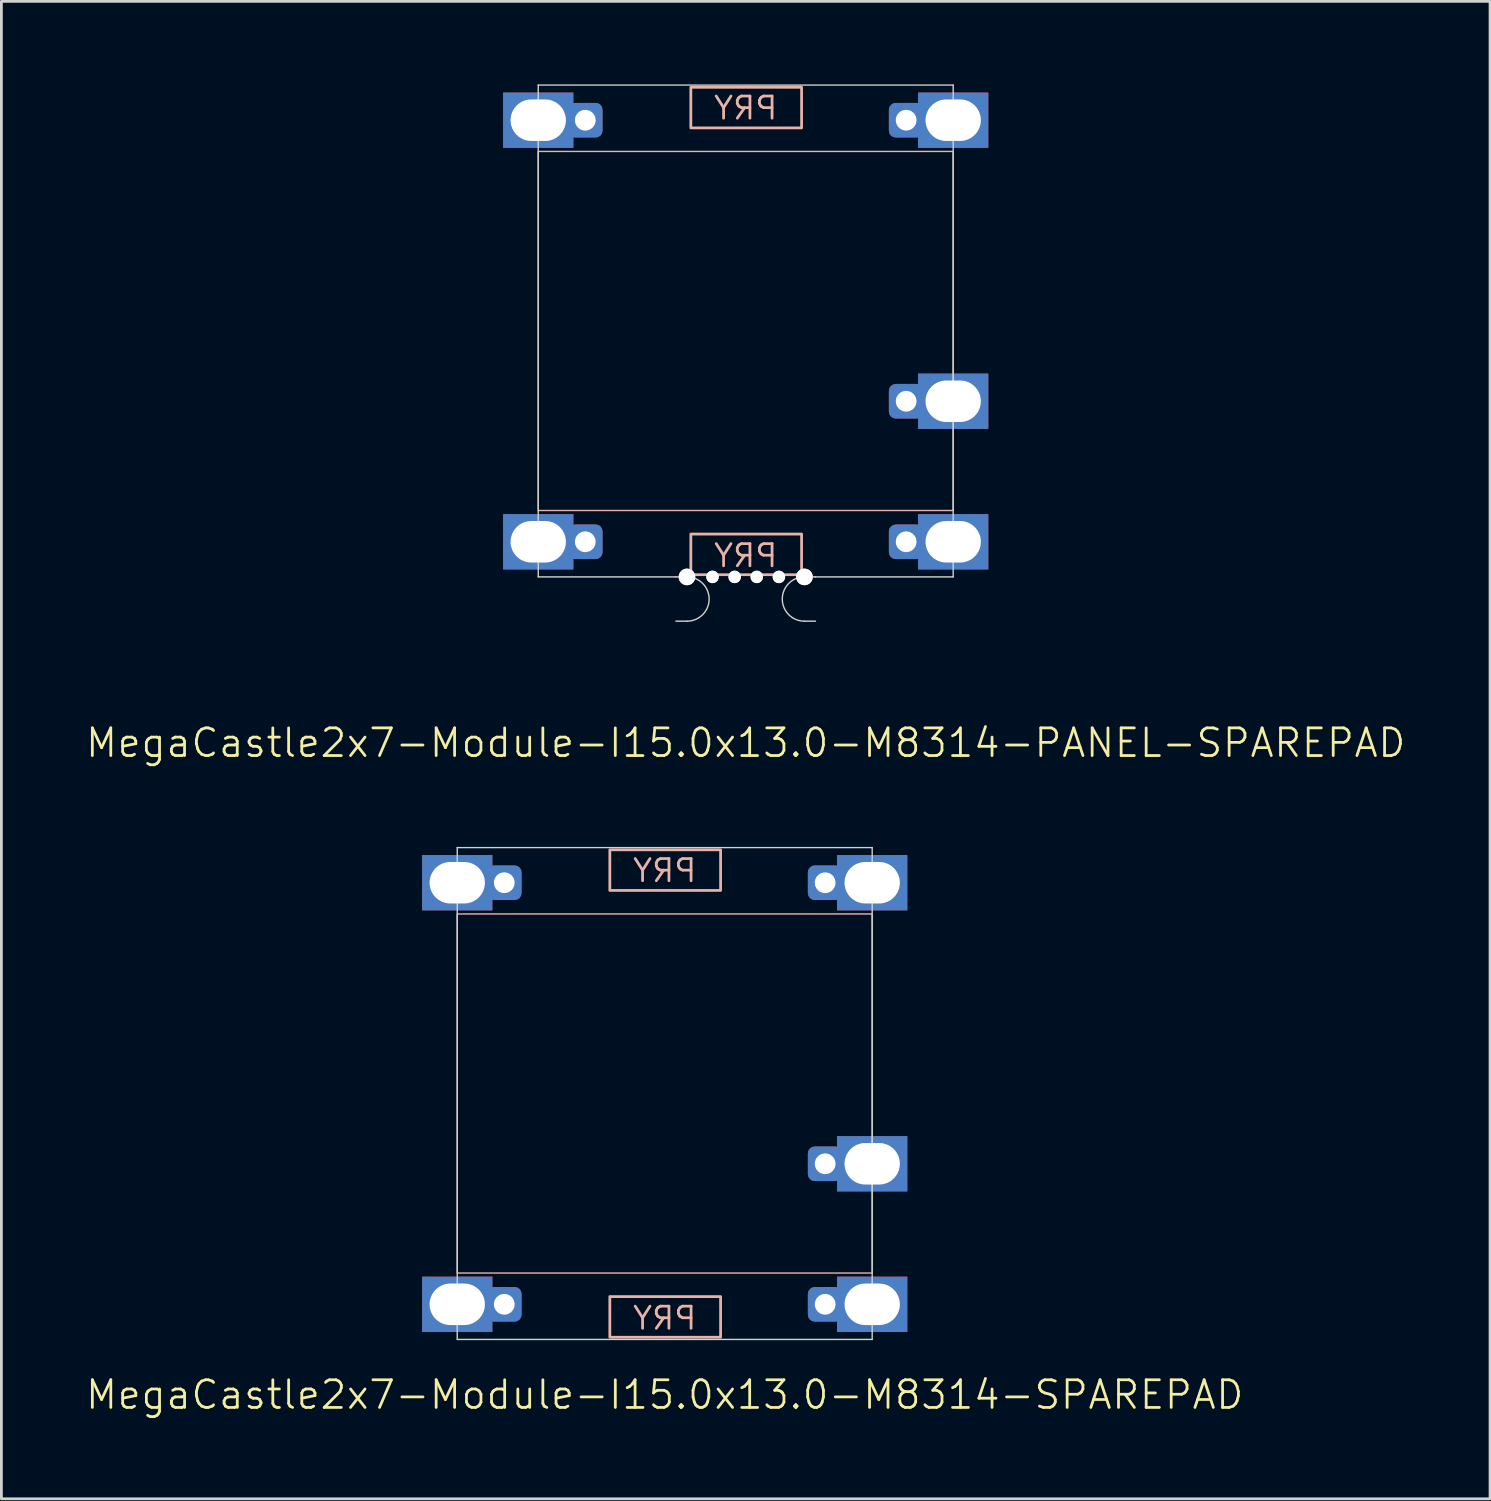
<source format=kicad_pcb>
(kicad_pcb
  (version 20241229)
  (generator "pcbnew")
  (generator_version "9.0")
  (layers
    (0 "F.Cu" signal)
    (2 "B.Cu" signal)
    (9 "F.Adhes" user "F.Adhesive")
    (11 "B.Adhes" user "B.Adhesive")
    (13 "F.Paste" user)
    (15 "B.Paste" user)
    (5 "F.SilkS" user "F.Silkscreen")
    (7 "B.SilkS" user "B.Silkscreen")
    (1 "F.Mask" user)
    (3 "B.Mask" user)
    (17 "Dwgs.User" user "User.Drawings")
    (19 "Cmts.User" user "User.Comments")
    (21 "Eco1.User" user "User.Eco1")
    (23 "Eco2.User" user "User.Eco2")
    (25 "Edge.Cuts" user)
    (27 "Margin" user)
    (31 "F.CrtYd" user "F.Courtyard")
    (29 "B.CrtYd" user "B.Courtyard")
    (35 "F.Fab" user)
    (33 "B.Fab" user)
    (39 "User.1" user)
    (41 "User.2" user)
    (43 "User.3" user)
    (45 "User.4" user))
  (footprint "MegaCastle2x7-Module-I15.0x13.0-M8314-PANEL-SPAREPAD"
    (layer "F.Cu")
    (at 23.907 8.915)
    (property "Reference" "MegaCastle2x7-Module-I15.0x13.0-M8314-PANEL-SPAREPAD" (at 0 14.89 0) (unlocked yes) (layer "F.SilkS") (effects (font (size 1 1) (thickness 0.1))))
    (attr smd)
    (fp_rect (start -7.5 6.49) (end 7.5 -6.49) (stroke (width 0.05) (type default)) (fill no) (layer "B.SilkS"))
    (fp_rect (start -1.984 -7.341) (end 2.02 -8.81) (stroke (width 0.1) (type default)) (fill no) (layer "B.SilkS"))
    (fp_rect (start -1.984 7.341) (end 2.02 8.81) (stroke (width 0.1) (type default)) (fill no) (layer "B.SilkS"))
    (fp_line (start -7.5 -8.89) (end -7.5 8.89) (stroke (width 0.05) (type default)) (layer "Edge.Cuts"))
    (fp_line (start -7.5 -8.89) (end 7.5 -8.89) (stroke (width 0.05) (type default)) (layer "Edge.Cuts"))
    (fp_line (start -7.5 8.89) (end -2.522 8.89) (stroke (width 0.05) (type default)) (layer "Edge.Cuts"))
    (fp_line (start -2.522 8.89) (end -2.123 8.89) (stroke (width 0.05) (type default)) (layer "Edge.Cuts"))
    (fp_line (start -2.522 10.49) (end -2.123 10.49) (stroke (width 0.05) (type default)) (layer "Edge.Cuts"))
    (fp_line (start 2.522 8.89) (end 2.123 8.89) (stroke (width 0.05) (type default)) (layer "Edge.Cuts"))
    (fp_line (start 2.522 8.89) (end 7.5 8.89) (stroke (width 0.05) (type default)) (layer "Edge.Cuts"))
    (fp_line (start 2.522 10.49) (end 2.123 10.49) (stroke (width 0.05) (type default)) (layer "Edge.Cuts"))
    (fp_line (start 7.5 -8.89) (end 7.5 8.89) (stroke (width 0.05) (type default)) (layer "Edge.Cuts"))
    (fp_arc (start -2.1225 8.89) (mid -1.3225 9.69) (end -2.1225 10.49) (stroke (width 0.05) (type default)) (layer "Edge.Cuts"))
    (fp_arc (start 2.1225 10.49) (mid 1.3225 9.69) (end 2.1225 8.89) (stroke (width 0.05) (type default)) (layer "Edge.Cuts"))
    (fp_text user "PRY" (at 0 8.59 0) (unlocked yes) (layer "B.SilkS") (effects (font (size 0.8 0.8) (thickness 0.1)) (justify bottom mirror)))
    (fp_text user "PRY" (at 0 -7.59 0) (unlocked yes) (layer "B.SilkS") (effects (font (size 0.8 0.8) (thickness 0.1)) (justify bottom mirror)))
    (pad "" np_thru_hole circle (at -2.123 8.89) (size 0.6 0.6) (drill 0.6) (layers "*.Cu" "Edge.Cuts"))
    (pad "" np_thru_hole circle (at -1.2 8.89) (size 0.45 0.45) (drill 0.45) (layers "*.Cu" "Edge.Cuts"))
    (pad "" np_thru_hole circle (at -0.4 8.89) (size 0.45 0.45) (drill 0.45) (layers "*.Cu" "Edge.Cuts"))
    (pad "" np_thru_hole circle (at 0.4 8.89) (size 0.45 0.45) (drill 0.45) (layers "*.Cu" "Edge.Cuts"))
    (pad "" np_thru_hole circle (at 1.2 8.89) (size 0.45 0.45) (drill 0.45) (layers "*.Cu" "Edge.Cuts"))
    (pad "" np_thru_hole circle (at 2.123 8.89) (size 0.6 0.6) (drill 0.6) (layers "*.Cu" "Edge.Cuts"))
    (pad "1" thru_hole rect (at -7.5 -7.62) (size 2.54 2) (drill oval 2 1.5) (property pad_prop_castellated) (layers "*.Cu" "*.Mask"))
    (pad "1" thru_hole roundrect (at -5.8 -7.62 180) (size 1.25 1.25) (drill 0.75) (layers "*.Cu" "*.Mask") (roundrect_rratio 0.2))
    (pad "7" thru_hole rect (at -7.5 7.62) (size 2.54 2) (drill oval 2 1.5) (property pad_prop_castellated) (layers "*.Cu" "*.Mask"))
    (pad "7" thru_hole roundrect (at -5.8 7.62 180) (size 1.25 1.25) (drill 0.75) (layers "*.Cu" "*.Mask") (roundrect_rratio 0.2))
    (pad "8" thru_hole roundrect (at 5.8 -7.62 180) (size 1.25 1.25) (drill 0.75) (layers "*.Cu" "*.Mask") (roundrect_rratio 0.2))
    (pad "8" thru_hole rect (at 7.5 -7.62) (size 2.54 2) (drill oval 2 1.5) (property pad_prop_castellated) (layers "*.Cu" "*.Mask"))
    (pad "12" thru_hole roundrect (at 5.8 2.54 180) (size 1.25 1.25) (drill 0.75) (layers "*.Cu" "*.Mask") (roundrect_rratio 0.2))
    (pad "12" thru_hole rect (at 7.5 2.54) (size 2.54 2) (drill oval 2 1.5) (property pad_prop_castellated) (layers "*.Cu" "*.Mask"))
    (pad "14" thru_hole roundrect (at 5.8 7.62 180) (size 1.25 1.25) (drill 0.75) (layers "*.Cu" "*.Mask") (roundrect_rratio 0.2))
    (pad "14" thru_hole rect (at 7.5 7.62) (size 2.54 2) (drill oval 2 1.5) (property pad_prop_castellated) (layers "*.Cu" "*.Mask"))
    (zone (net_name "") (layer "B.Cu") (hatch edge 0.5) (connect_pads) (min_thickness 0.25) (filled_areas_thickness no) (keepout (tracks allowed) (vias allowed) (pads allowed) (copperpour allowed) (footprints not_allowed)) (placement (enabled no)) (fill) (polygon (pts (xy 16.407 17.805) (xy 16.407 0.025))))
    (zone (net_name "") (layer "B.Cu") (hatch edge 0.5) (connect_pads) (min_thickness 0.25) (filled_areas_thickness no) (keepout (tracks allowed) (vias allowed) (pads allowed) (copperpour allowed) (footprints not_allowed)) (placement (enabled no)) (fill) (polygon (pts (xy 31.407 17.805) (xy 31.407 0.025))))
    (zone (net_name "") (layer "B.Cu") (hatch edge 0.5) (connect_pads) (min_thickness 0.25) (filled_areas_thickness no) (keepout (tracks allowed) (vias allowed) (pads allowed) (copperpour allowed) (footprints not_allowed)) (placement (enabled no)) (fill) (polygon (pts (xy 16.407 0.025) (xy 16.407 2.425) (xy 31.407 2.425) (xy 31.407 0.025))))
    (zone (net_name "") (layer "B.Cu") (hatch edge 0.5) (connect_pads) (min_thickness 0.25) (filled_areas_thickness no) (keepout (tracks allowed) (vias allowed) (pads allowed) (copperpour allowed) (footprints not_allowed)) (placement (enabled no)) (fill) (polygon (pts (xy 16.407 17.805) (xy 16.407 15.405) (xy 31.407 15.405) (xy 31.407 17.805))))
    (zone (net_name "") (layer "B.Cu") (name "Upper Pry Zone") (hatch edge 0.5) (connect_pads) (min_thickness 0.25) (filled_areas_thickness no) (keepout (tracks not_allowed) (vias not_allowed) (pads not_allowed) (copperpour allowed) (footprints not_allowed)) (placement (enabled no)) (fill) (polygon (pts (xy 21.923 1.574) (xy 21.923 0.105) (xy 25.927 0.105) (xy 25.927 1.574))))
    (zone (net_name "") (layer "B.Cu") (name "Upper Pry Zone") (hatch edge 0.5) (connect_pads) (min_thickness 0.25) (filled_areas_thickness no) (keepout (tracks not_allowed) (vias not_allowed) (pads not_allowed) (copperpour allowed) (footprints not_allowed)) (placement (enabled no)) (fill) (polygon (pts (xy 21.923 16.256) (xy 21.923 17.725) (xy 25.927 17.725) (xy 25.927 16.256)))))
  (footprint "MegaCastle2x7-Module-I15.0x13.0-M8314-SPAREPAD"
    (layer "F.Cu")
    (at 20.979 36.48)
    (property "Reference" "MegaCastle2x7-Module-I15.0x13.0-M8314-SPAREPAD" (at 0 10.89 0) (unlocked yes) (layer "F.SilkS") (effects (font (size 1 1) (thickness 0.1))))
    (attr smd)
    (fp_rect (start -7.5 6.49) (end 7.5 -6.49) (stroke (width 0.05) (type default)) (fill no) (layer "B.SilkS"))
    (fp_rect (start -1.984 -7.341) (end 2.02 -8.81) (stroke (width 0.1) (type default)) (fill no) (layer "B.SilkS"))
    (fp_rect (start -1.984 7.341) (end 2.02 8.81) (stroke (width 0.1) (type default)) (fill no) (layer "B.SilkS"))
    (fp_line (start -7.5 -8.89) (end -7.5 8.89) (stroke (width 0.05) (type default)) (layer "Edge.Cuts"))
    (fp_line (start -7.5 -8.89) (end 7.5 -8.89) (stroke (width 0.05) (type default)) (layer "Edge.Cuts"))
    (fp_line (start -7.5 8.89) (end 7.5 8.89) (stroke (width 0.05) (type default)) (layer "Edge.Cuts"))
    (fp_line (start 7.5 -8.89) (end 7.5 8.89) (stroke (width 0.05) (type default)) (layer "Edge.Cuts"))
    (fp_text user "PRY" (at 0 8.59 0) (unlocked yes) (layer "B.SilkS") (effects (font (size 0.8 0.8) (thickness 0.1)) (justify bottom mirror)))
    (fp_text user "PRY" (at 0 -7.59 0) (unlocked yes) (layer "B.SilkS") (effects (font (size 0.8 0.8) (thickness 0.1)) (justify bottom mirror)))
    (pad "1" thru_hole rect (at -7.5 -7.62) (size 2.54 2) (drill oval 2 1.5) (property pad_prop_castellated) (layers "*.Cu" "*.Mask"))
    (pad "1" thru_hole roundrect (at -5.8 -7.62 180) (size 1.25 1.25) (drill 0.75) (layers "*.Cu" "*.Mask") (roundrect_rratio 0.2))
    (pad "7" thru_hole rect (at -7.5 7.62) (size 2.54 2) (drill oval 2 1.5) (property pad_prop_castellated) (layers "*.Cu" "*.Mask"))
    (pad "7" thru_hole roundrect (at -5.8 7.62 180) (size 1.25 1.25) (drill 0.75) (layers "*.Cu" "*.Mask") (roundrect_rratio 0.2))
    (pad "8" thru_hole roundrect (at 5.8 -7.62 180) (size 1.25 1.25) (drill 0.75) (layers "*.Cu" "*.Mask") (roundrect_rratio 0.2))
    (pad "8" thru_hole rect (at 7.5 -7.62) (size 2.54 2) (drill oval 2 1.5) (property pad_prop_castellated) (layers "*.Cu" "*.Mask"))
    (pad "12" thru_hole roundrect (at 5.8 2.54 180) (size 1.25 1.25) (drill 0.75) (layers "*.Cu" "*.Mask") (roundrect_rratio 0.2))
    (pad "12" thru_hole rect (at 7.5 2.54) (size 2.54 2) (drill oval 2 1.5) (property pad_prop_castellated) (layers "*.Cu" "*.Mask"))
    (pad "14" thru_hole roundrect (at 5.8 7.62 180) (size 1.25 1.25) (drill 0.75) (layers "*.Cu" "*.Mask") (roundrect_rratio 0.2))
    (pad "14" thru_hole rect (at 7.5 7.62) (size 2.54 2) (drill oval 2 1.5) (property pad_prop_castellated) (layers "*.Cu" "*.Mask"))
    (zone (net_name "") (layer "B.Cu") (hatch edge 0.5) (connect_pads) (min_thickness 0.25) (filled_areas_thickness no) (keepout (tracks allowed) (vias allowed) (pads allowed) (copperpour allowed) (footprints not_allowed)) (placement (enabled no)) (fill) (polygon (pts (xy 13.479 45.37) (xy 13.479 27.59))))
    (zone (net_name "") (layer "B.Cu") (hatch edge 0.5) (connect_pads) (min_thickness 0.25) (filled_areas_thickness no) (keepout (tracks allowed) (vias allowed) (pads allowed) (copperpour allowed) (footprints not_allowed)) (placement (enabled no)) (fill) (polygon (pts (xy 28.479 45.37) (xy 28.479 27.59))))
    (zone (net_name "") (layer "B.Cu") (hatch edge 0.5) (connect_pads) (min_thickness 0.25) (filled_areas_thickness no) (keepout (tracks allowed) (vias allowed) (pads allowed) (copperpour allowed) (footprints not_allowed)) (placement (enabled no)) (fill) (polygon (pts (xy 13.479 27.59) (xy 13.479 29.991) (xy 28.479 29.991) (xy 28.479 27.59))))
    (zone (net_name "") (layer "B.Cu") (hatch edge 0.5) (connect_pads) (min_thickness 0.25) (filled_areas_thickness no) (keepout (tracks allowed) (vias allowed) (pads allowed) (copperpour allowed) (footprints not_allowed)) (placement (enabled no)) (fill) (polygon (pts (xy 13.479 45.37) (xy 13.479 42.971) (xy 28.479 42.971) (xy 28.479 45.37))))
    (zone (net_name "") (layer "B.Cu") (name "Upper Pry Zone") (hatch edge 0.5) (connect_pads) (min_thickness 0.25) (filled_areas_thickness no) (keepout (tracks not_allowed) (vias not_allowed) (pads not_allowed) (copperpour allowed) (footprints not_allowed)) (placement (enabled no)) (fill) (polygon (pts (xy 18.994 29.139) (xy 18.994 27.671) (xy 22.998 27.671) (xy 22.998 29.139))))
    (zone (net_name "") (layer "B.Cu") (name "Upper Pry Zone") (hatch edge 0.5) (connect_pads) (min_thickness 0.25) (filled_areas_thickness no) (keepout (tracks not_allowed) (vias not_allowed) (pads not_allowed) (copperpour allowed) (footprints not_allowed)) (placement (enabled no)) (fill) (polygon (pts (xy 18.994 43.822) (xy 18.994 45.291) (xy 22.998 45.291) (xy 22.998 43.822)))))
  (gr_rect
    (start -3 -3)
    (end 50.814 51.131)
    (stroke (width 0.1) (type default))
    (fill no)
    (layer "Edge.Cuts")))
</source>
